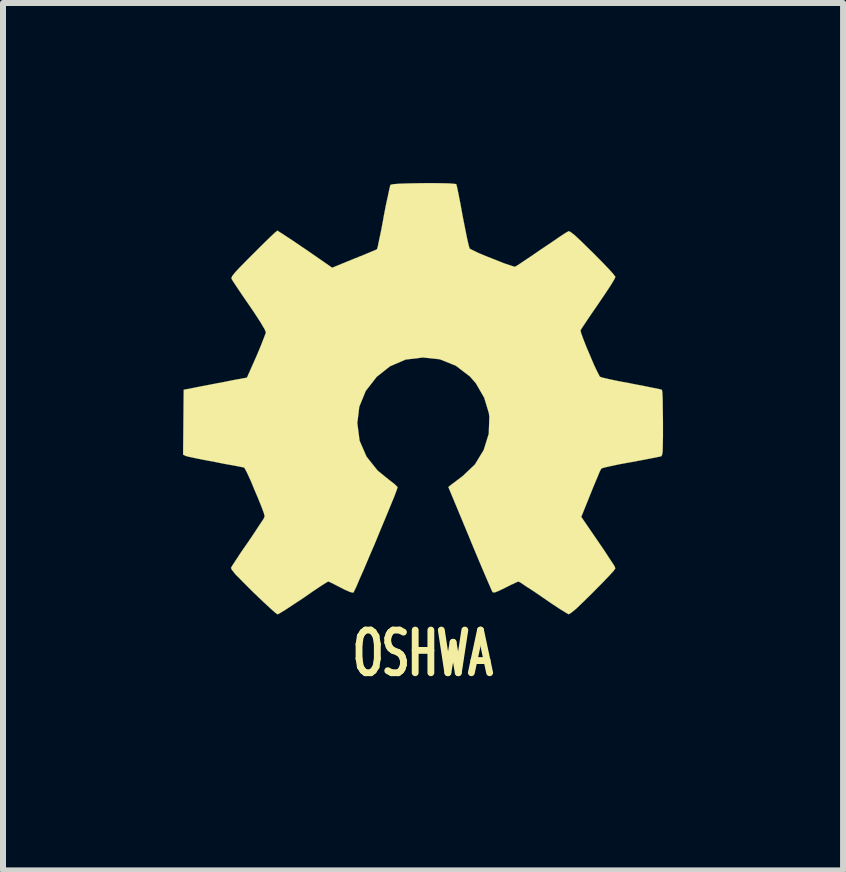
<source format=kicad_pcb>
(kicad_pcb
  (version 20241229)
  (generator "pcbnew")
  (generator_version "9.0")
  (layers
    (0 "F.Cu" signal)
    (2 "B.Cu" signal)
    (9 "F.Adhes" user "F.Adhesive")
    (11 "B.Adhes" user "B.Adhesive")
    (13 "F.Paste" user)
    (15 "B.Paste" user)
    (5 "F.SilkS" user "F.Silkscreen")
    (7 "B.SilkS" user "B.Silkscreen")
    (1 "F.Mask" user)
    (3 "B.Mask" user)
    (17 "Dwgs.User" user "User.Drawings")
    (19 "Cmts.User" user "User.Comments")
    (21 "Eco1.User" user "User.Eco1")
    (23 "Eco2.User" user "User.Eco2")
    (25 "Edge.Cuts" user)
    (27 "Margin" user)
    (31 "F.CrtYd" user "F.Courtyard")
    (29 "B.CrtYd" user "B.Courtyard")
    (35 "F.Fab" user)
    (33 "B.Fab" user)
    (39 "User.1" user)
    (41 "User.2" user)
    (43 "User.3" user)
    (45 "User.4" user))
  (footprint "OSHWA"
    (layer "F.Cu")
    (at 3.999 3.595)
    (property "Reference" "OSHWA" (at 0 4.242 0) (layer "F.SilkS") (effects (font (size 0.711 0.457) (thickness 0.114))))
    (attr through_hole)
    (fp_poly (pts (xy -2.423 3.592) (xy -2.383 3.571) (xy -2.289 3.513) (xy -2.154 3.424) (xy -1.996 3.32) (xy -1.839 3.211) (xy -1.709 3.124) (xy -1.618 3.066) (xy -1.58 3.045) (xy -1.56 3.051) (xy -1.483 3.089) (xy -1.374 3.145) (xy -1.311 3.178) (xy -1.212 3.221) (xy -1.161 3.231) (xy -1.153 3.216) (xy -1.115 3.139) (xy -1.059 3.007) (xy -0.983 2.835) (xy -0.897 2.631) (xy -0.803 2.413) (xy -0.711 2.189) (xy -0.622 1.976) (xy -0.544 1.786) (xy -0.48 1.631) (xy -0.439 1.521) (xy -0.424 1.476) (xy -0.429 1.466) (xy -0.48 1.417) (xy -0.566 1.351) (xy -0.757 1.196) (xy -0.942 0.963) (xy -1.057 0.699) (xy -1.095 0.404) (xy -1.062 0.132) (xy -0.955 -0.13) (xy -0.772 -0.366) (xy -0.551 -0.541) (xy -0.292 -0.653) (xy 0 -0.688) (xy 0.279 -0.658) (xy 0.546 -0.551) (xy 0.782 -0.371) (xy 0.881 -0.257) (xy 1.019 -0.018) (xy 1.097 0.239) (xy 1.105 0.302) (xy 1.095 0.584) (xy 1.011 0.853) (xy 0.864 1.095) (xy 0.658 1.29) (xy 0.63 1.311) (xy 0.536 1.382) (xy 0.472 1.43) (xy 0.422 1.471) (xy 0.78 2.332) (xy 0.836 2.469) (xy 0.935 2.705) (xy 1.021 2.908) (xy 1.09 3.068) (xy 1.138 3.178) (xy 1.158 3.221) (xy 1.161 3.223) (xy 1.191 3.228) (xy 1.257 3.203) (xy 1.377 3.145) (xy 1.458 3.104) (xy 1.549 3.061) (xy 1.59 3.045) (xy 1.626 3.063) (xy 1.712 3.122) (xy 1.841 3.205) (xy 1.994 3.31) (xy 2.141 3.411) (xy 2.276 3.5) (xy 2.375 3.561) (xy 2.423 3.589) (xy 2.431 3.589) (xy 2.471 3.564) (xy 2.55 3.5) (xy 2.667 3.388) (xy 2.832 3.226) (xy 2.857 3.2) (xy 2.995 3.061) (xy 3.106 2.944) (xy 3.18 2.863) (xy 3.205 2.824) (xy 3.183 2.776) (xy 3.119 2.68) (xy 3.03 2.543) (xy 2.921 2.383) (xy 2.637 1.968) (xy 2.794 1.577) (xy 2.842 1.458) (xy 2.903 1.313) (xy 2.946 1.209) (xy 2.972 1.163) (xy 3.012 1.148) (xy 3.122 1.123) (xy 3.277 1.09) (xy 3.459 1.057) (xy 3.637 1.024) (xy 3.797 0.993) (xy 3.912 0.97) (xy 3.962 0.96) (xy 3.975 0.953) (xy 3.985 0.927) (xy 3.993 0.874) (xy 3.995 0.777) (xy 3.998 0.625) (xy 3.998 0.404) (xy 3.998 0.381) (xy 3.995 0.17) (xy 3.993 0.003) (xy 3.988 -0.107) (xy 3.98 -0.15) (xy 3.929 -0.163) (xy 3.818 -0.185) (xy 3.658 -0.218) (xy 3.467 -0.254) (xy 3.457 -0.257) (xy 3.266 -0.292) (xy 3.109 -0.325) (xy 2.997 -0.351) (xy 2.951 -0.366) (xy 2.941 -0.378) (xy 2.903 -0.452) (xy 2.847 -0.569) (xy 2.786 -0.714) (xy 2.723 -0.861) (xy 2.67 -0.996) (xy 2.634 -1.095) (xy 2.624 -1.14) (xy 2.652 -1.186) (xy 2.718 -1.285) (xy 2.809 -1.42) (xy 2.921 -1.582) (xy 2.929 -1.595) (xy 3.038 -1.755) (xy 3.127 -1.89) (xy 3.185 -1.986) (xy 3.205 -2.029) (xy 3.205 -2.032) (xy 3.17 -2.08) (xy 3.089 -2.169) (xy 2.972 -2.291) (xy 2.832 -2.433) (xy 2.786 -2.477) (xy 2.631 -2.629) (xy 2.525 -2.728) (xy 2.456 -2.781) (xy 2.423 -2.794) (xy 2.423 -2.791) (xy 2.375 -2.764) (xy 2.273 -2.697) (xy 2.136 -2.603) (xy 1.974 -2.494) (xy 1.963 -2.487) (xy 1.803 -2.377) (xy 1.671 -2.289) (xy 1.575 -2.225) (xy 1.534 -2.2) (xy 1.527 -2.2) (xy 1.463 -2.22) (xy 1.349 -2.258) (xy 1.209 -2.314) (xy 1.062 -2.372) (xy 0.927 -2.428) (xy 0.826 -2.477) (xy 0.777 -2.502) (xy 0.777 -2.504) (xy 0.759 -2.563) (xy 0.732 -2.682) (xy 0.699 -2.847) (xy 0.66 -3.043) (xy 0.655 -3.073) (xy 0.62 -3.264) (xy 0.589 -3.421) (xy 0.566 -3.531) (xy 0.554 -3.576) (xy 0.528 -3.581) (xy 0.434 -3.589) (xy 0.292 -3.592) (xy 0.119 -3.594) (xy -0.061 -3.592) (xy -0.236 -3.589) (xy -0.389 -3.584) (xy -0.495 -3.576) (xy -0.541 -3.566) (xy -0.544 -3.564) (xy -0.559 -3.505) (xy -0.584 -3.386) (xy -0.62 -3.221) (xy -0.658 -3.023) (xy -0.663 -2.99) (xy -0.699 -2.799) (xy -0.732 -2.644) (xy -0.754 -2.535) (xy -0.767 -2.494) (xy -0.782 -2.484) (xy -0.861 -2.451) (xy -0.988 -2.398) (xy -1.148 -2.334) (xy -1.514 -2.184) (xy -1.961 -2.494) (xy -2.004 -2.522) (xy -2.164 -2.631) (xy -2.299 -2.72) (xy -2.39 -2.779) (xy -2.428 -2.802) (xy -2.431 -2.799) (xy -2.477 -2.761) (xy -2.565 -2.677) (xy -2.687 -2.558) (xy -2.827 -2.418) (xy -2.931 -2.314) (xy -3.056 -2.187) (xy -3.134 -2.103) (xy -3.178 -2.047) (xy -3.193 -2.014) (xy -3.188 -1.994) (xy -3.16 -1.948) (xy -3.094 -1.849) (xy -3.002 -1.712) (xy -2.893 -1.554) (xy -2.802 -1.42) (xy -2.705 -1.27) (xy -2.642 -1.163) (xy -2.619 -1.11) (xy -2.624 -1.087) (xy -2.657 -1.001) (xy -2.71 -0.866) (xy -2.776 -0.709) (xy -2.934 -0.353) (xy -3.167 -0.31) (xy -3.307 -0.282) (xy -3.505 -0.244) (xy -3.693 -0.208) (xy -3.988 -0.15) (xy -3.998 0.932) (xy -3.952 0.953) (xy -3.909 0.965) (xy -3.8 0.988) (xy -3.645 1.019) (xy -3.459 1.054) (xy -3.305 1.085) (xy -3.145 1.113) (xy -3.033 1.135) (xy -2.982 1.146) (xy -2.969 1.163) (xy -2.929 1.24) (xy -2.873 1.361) (xy -2.812 1.509) (xy -2.748 1.659) (xy -2.692 1.798) (xy -2.652 1.905) (xy -2.639 1.961) (xy -2.659 2.004) (xy -2.72 2.095) (xy -2.807 2.228) (xy -2.913 2.385) (xy -3.023 2.543) (xy -3.111 2.677) (xy -3.175 2.774) (xy -3.2 2.817) (xy -3.188 2.847) (xy -3.127 2.924) (xy -3.007 3.045) (xy -2.832 3.221) (xy -2.802 3.249) (xy -2.662 3.383) (xy -2.543 3.493) (xy -2.461 3.566) (xy -2.423 3.592)) (stroke (width 0.003) (type solid)) (fill yes) (layer "F.SilkS")))
  (gr_rect
    (start -3 -3)
    (end 10.998 11.454)
    (stroke (width 0.1) (type default))
    (fill no)
    (layer "Edge.Cuts")))
</source>
